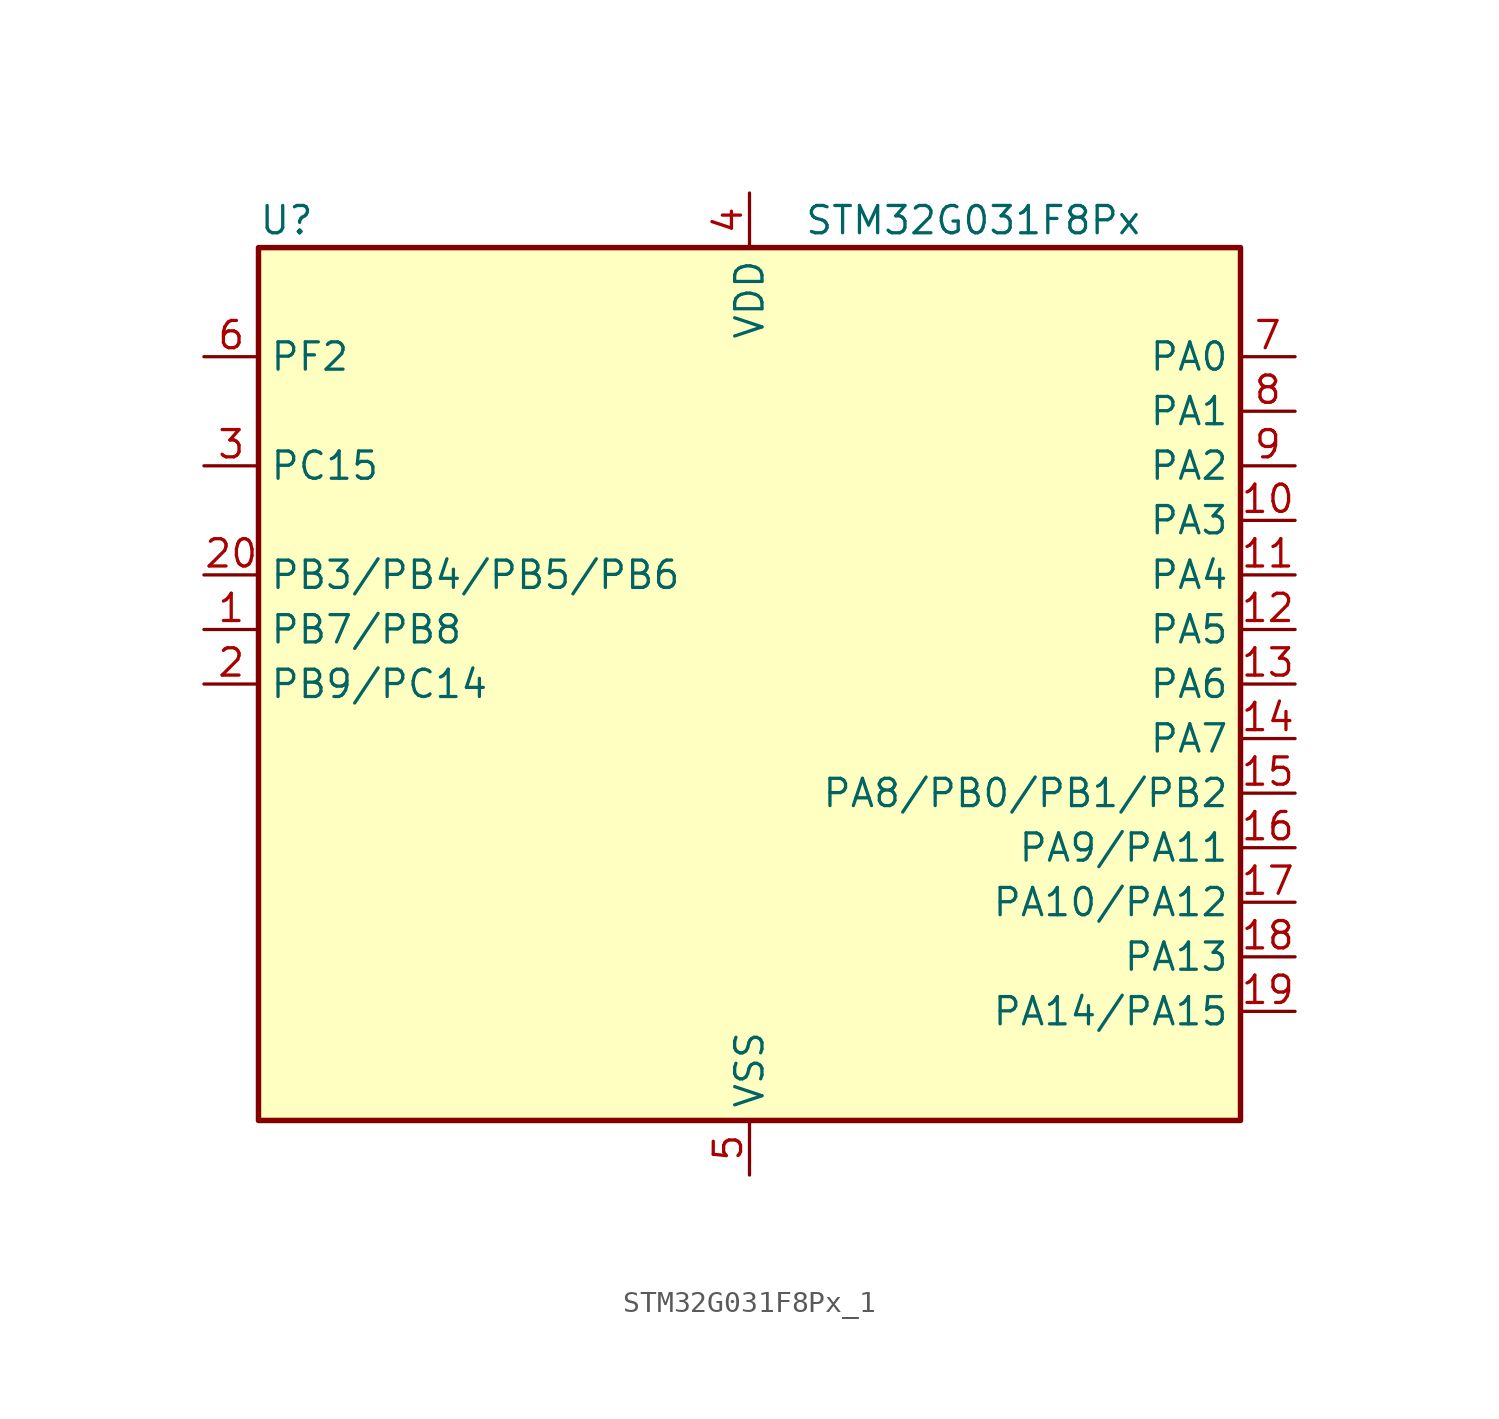
<source format=kicad_sym>
(kicad_symbol_lib
  (version 20231120)
  (generator "kicad_symbol_editor")
  (generator_version "8.0")
  (symbol "STM32G031F8Px_1"
    (property "Reference" "U"
      (at -22.86 21.59 0)
      (effects (font (size 1.27 1.27)) (justify left)))
    (property "Value" "STM32G031F8Px"
      (at 2.54 21.59 0)
      (effects (font (size 1.27 1.27)) (justify left)))
    (symbol "STM32G031F8Px_1_0_1"
      (rectangle (start -22.86 -20.32) (end 22.86 20.32) (stroke (width 0.254) (type default)) (fill (type background))))
    (symbol "STM32G031F8Px_1_1_1"
      (pin bidirectional line (at -25.4 2.54 0) (length 2.54) (name "PB7/PB8" (effects (font (size 1.27 1.27)))) (number "1" (effects (font (size 1.27 1.27)))) (alternate "ADC1_IN11 (PB7)" bidirectional line) (alternate "I2C1_SCL (PB8)" bidirectional line) (alternate "I2C1_SDA (PB7)" bidirectional line) (alternate "LPTIM1_IN2 (PB7)" bidirectional line) (alternate "PB7" bidirectional line) (alternate "PB8" bidirectional line) (alternate "SPI2_MOSI (PB7)" bidirectional line) (alternate "SPI2_SCK (PB8)" bidirectional line) (alternate "SYS_PVD_IN (PB7)" bidirectional line) (alternate "TIM16_CH1 (PB8)" bidirectional line) (alternate "TIM17_CH1N (PB7)" bidirectional line) (alternate "USART1_RX (PB7)" bidirectional line))
      (pin bidirectional line (at 25.4 7.62 180) (length 2.54) (name "PA3" (effects (font (size 1.27 1.27)))) (number "10" (effects (font (size 1.27 1.27)))) (alternate "ADC1_IN3" bidirectional line) (alternate "LPUART1_RX" bidirectional line) (alternate "SPI2_MISO" bidirectional line) (alternate "TIM2_CH4" bidirectional line) (alternate "USART2_RX" bidirectional line))
      (pin bidirectional line (at 25.4 5.08 180) (length 2.54) (name "PA4" (effects (font (size 1.27 1.27)))) (number "11" (effects (font (size 1.27 1.27)))) (alternate "ADC1_IN4" bidirectional line) (alternate "I2S1_WS" bidirectional line) (alternate "LPTIM2_OUT" bidirectional line) (alternate "RTC_OUT_ALARM" bidirectional line) (alternate "RTC_OUT_CALIB" bidirectional line) (alternate "RTC_TAMP_IN1" bidirectional line) (alternate "RTC_TS" bidirectional line) (alternate "SPI1_NSS" bidirectional line) (alternate "SPI2_MOSI" bidirectional line) (alternate "SYS_WKUP2" bidirectional line) (alternate "TIM14_CH1" bidirectional line))
      (pin bidirectional line (at 25.4 2.54 180) (length 2.54) (name "PA5" (effects (font (size 1.27 1.27)))) (number "12" (effects (font (size 1.27 1.27)))) (alternate "ADC1_IN5" bidirectional line) (alternate "I2S1_CK" bidirectional line) (alternate "LPTIM2_ETR" bidirectional line) (alternate "SPI1_SCK" bidirectional line) (alternate "TIM2_CH1" bidirectional line) (alternate "TIM2_ETR" bidirectional line))
      (pin bidirectional line (at 25.4 0 180) (length 2.54) (name "PA6" (effects (font (size 1.27 1.27)))) (number "13" (effects (font (size 1.27 1.27)))) (alternate "ADC1_IN6" bidirectional line) (alternate "I2S1_MCK" bidirectional line) (alternate "LPUART1_CTS" bidirectional line) (alternate "SPI1_MISO" bidirectional line) (alternate "TIM16_CH1" bidirectional line) (alternate "TIM1_BK" bidirectional line) (alternate "TIM3_CH1" bidirectional line))
      (pin bidirectional line (at 25.4 -2.54 180) (length 2.54) (name "PA7" (effects (font (size 1.27 1.27)))) (number "14" (effects (font (size 1.27 1.27)))) (alternate "ADC1_IN7" bidirectional line) (alternate "I2S1_SD" bidirectional line) (alternate "SPI1_MOSI" bidirectional line) (alternate "TIM14_CH1" bidirectional line) (alternate "TIM17_CH1" bidirectional line) (alternate "TIM1_CH1N" bidirectional line) (alternate "TIM3_CH2" bidirectional line))
      (pin bidirectional line (at 25.4 -5.08 180) (length 2.54) (name "PA8/PB0/PB1/PB2" (effects (font (size 1.27 1.27)))) (number "15" (effects (font (size 1.27 1.27)))) (alternate "ADC1_IN10 (PB2)" bidirectional line) (alternate "ADC1_IN8 (PB0)" bidirectional line) (alternate "ADC1_IN9 (PB1)" bidirectional line) (alternate "I2S1_WS (PB0)" bidirectional line) (alternate "LPTIM1_OUT (PB0)" bidirectional line) (alternate "LPTIM1_OUT (PB2)" bidirectional line) (alternate "LPTIM2_IN1 (PB1)" bidirectional line) (alternate "LPTIM2_OUT (PA8)" bidirectional line) (alternate "LPUART1_DE (PB1)" bidirectional line) (alternate "LPUART1_RTS (PB1)" bidirectional line) (alternate "PA8" bidirectional line) (alternate "PB0" bidirectional line) (alternate "PB1" bidirectional line) (alternate "PB2" bidirectional line) (alternate "RCC_MCO (PA8)" bidirectional line) (alternate "SPI1_NSS (PB0)" bidirectional line) (alternate "SPI2_MISO (PB2)" bidirectional line) (alternate "SPI2_NSS (PA8)" bidirectional line) (alternate "TIM14_CH1 (PB1)" bidirectional line) (alternate "TIM1_CH1 (PA8)" bidirectional line) (alternate "TIM1_CH2N (PB0)" bidirectional line) (alternate "TIM1_CH3N (PB1)" bidirectional line) (alternate "TIM3_CH3 (PB0)" bidirectional line) (alternate "TIM3_CH4 (PB1)" bidirectional line))
      (pin bidirectional line (at 25.4 -7.62 180) (length 2.54) (name "PA9/PA11" (effects (font (size 1.27 1.27)))) (number "16" (effects (font (size 1.27 1.27)))) (alternate "ADC1_EXTI11 (PA11)" bidirectional line) (alternate "ADC1_IN15 (PA11)" bidirectional line) (alternate "I2C1_SCL (PA9)" bidirectional line) (alternate "I2C2_SCL (PA11)" bidirectional line) (alternate "I2S1_MCK (PA11)" bidirectional line) (alternate "PA11" bidirectional line) (alternate "PA9" bidirectional line) (alternate "RCC_MCO (PA9)" bidirectional line) (alternate "SPI1_MISO (PA11)" bidirectional line) (alternate "SPI2_MISO (PA9)" bidirectional line) (alternate "TIM1_BK2 (PA11)" bidirectional line) (alternate "TIM1_CH2 (PA9)" bidirectional line) (alternate "TIM1_CH4 (PA11)" bidirectional line) (alternate "USART1_CTS (PA11)" bidirectional line) (alternate "USART1_NSS (PA11)" bidirectional line) (alternate "USART1_TX (PA9)" bidirectional line))
      (pin bidirectional line (at 25.4 -10.16 180) (length 2.54) (name "PA10/PA12" (effects (font (size 1.27 1.27)))) (number "17" (effects (font (size 1.27 1.27)))) (alternate "ADC1_IN16 (PA12)" bidirectional line) (alternate "I2C1_SDA (PA10)" bidirectional line) (alternate "I2C2_SDA (PA12)" bidirectional line) (alternate "I2S1_SD (PA12)" bidirectional line) (alternate "I2S_CKIN (PA12)" bidirectional line) (alternate "PA10" bidirectional line) (alternate "PA12" bidirectional line) (alternate "SPI1_MOSI (PA12)" bidirectional line) (alternate "SPI2_MOSI (PA10)" bidirectional line) (alternate "TIM17_BK (PA10)" bidirectional line) (alternate "TIM1_CH3 (PA10)" bidirectional line) (alternate "TIM1_ETR (PA12)" bidirectional line) (alternate "USART1_CK (PA12)" bidirectional line) (alternate "USART1_DE (PA12)" bidirectional line) (alternate "USART1_RTS (PA12)" bidirectional line) (alternate "USART1_RX (PA10)" bidirectional line))
      (pin bidirectional line (at 25.4 -12.7 180) (length 2.54) (name "PA13" (effects (font (size 1.27 1.27)))) (number "18" (effects (font (size 1.27 1.27)))) (alternate "ADC1_IN17" bidirectional line) (alternate "IR_OUT" bidirectional line) (alternate "SYS_SWDIO" bidirectional line))
      (pin bidirectional line (at 25.4 -15.24 180) (length 2.54) (name "PA14/PA15" (effects (font (size 1.27 1.27)))) (number "19" (effects (font (size 1.27 1.27)))) (alternate "ADC1_IN18 (PA14)" bidirectional line) (alternate "I2S1_WS (PA15)" bidirectional line) (alternate "PA14" bidirectional line) (alternate "PA15" bidirectional line) (alternate "SPI1_NSS (PA15)" bidirectional line) (alternate "SYS_SWCLK (PA14)" bidirectional line) (alternate "TIM2_CH1 (PA15)" bidirectional line) (alternate "TIM2_ETR (PA15)" bidirectional line) (alternate "USART2_RX (PA15)" bidirectional line) (alternate "USART2_TX (PA14)" bidirectional line))
      (pin bidirectional line (at -25.4 0 0) (length 2.54) (name "PB9/PC14" (effects (font (size 1.27 1.27)))) (number "2" (effects (font (size 1.27 1.27)))) (alternate "I2C1_SDA (PB9)" bidirectional line) (alternate "IR_OUT (PB9)" bidirectional line) (alternate "PB9" bidirectional line) (alternate "PC14" bidirectional line) (alternate "RCC_OSC32_IN (PC14)" bidirectional line) (alternate "RCC_OSC_IN (PC14)" bidirectional line) (alternate "SPI2_NSS (PB9)" bidirectional line) (alternate "TIM17_CH1 (PB9)" bidirectional line) (alternate "TIM1_BK2 (PC14)" bidirectional line))
      (pin bidirectional line (at -25.4 5.08 0) (length 2.54) (name "PB3/PB4/PB5/PB6" (effects (font (size 1.27 1.27)))) (number "20" (effects (font (size 1.27 1.27)))) (alternate "I2C1_SCL (PB6)" bidirectional line) (alternate "I2C1_SMBA (PB5)" bidirectional line) (alternate "I2S1_CK (PB3)" bidirectional line) (alternate "I2S1_MCK (PB4)" bidirectional line) (alternate "I2S1_SD (PB5)" bidirectional line) (alternate "LPTIM1_ETR (PB6)" bidirectional line) (alternate "LPTIM1_IN1 (PB5)" bidirectional line) (alternate "PB3" bidirectional line) (alternate "PB4" bidirectional line) (alternate "PB5" bidirectional line) (alternate "PB6" bidirectional line) (alternate "SPI1_MISO (PB4)" bidirectional line) (alternate "SPI1_MOSI (PB5)" bidirectional line) (alternate "SPI1_SCK (PB3)" bidirectional line) (alternate "SPI2_MISO (PB6)" bidirectional line) (alternate "SYS_WKUP6 (PB5)" bidirectional line) (alternate "TIM16_BK (PB5)" bidirectional line) (alternate "TIM16_CH1N (PB6)" bidirectional line) (alternate "TIM17_BK (PB4)" bidirectional line) (alternate "TIM1_CH2 (PB3)" bidirectional line) (alternate "TIM1_CH3 (PB6)" bidirectional line) (alternate "TIM2_CH2 (PB3)" bidirectional line) (alternate "TIM3_CH1 (PB4)" bidirectional line) (alternate "TIM3_CH2 (PB5)" bidirectional line) (alternate "USART1_CK (PB3)" bidirectional line) (alternate "USART1_CTS (PB4)" bidirectional line) (alternate "USART1_DE (PB3)" bidirectional line) (alternate "USART1_NSS (PB4)" bidirectional line) (alternate "USART1_RTS (PB3)" bidirectional line) (alternate "USART1_TX (PB6)" bidirectional line))
      (pin bidirectional line (at -25.4 10.16 0) (length 2.54) (name "PC15" (effects (font (size 1.27 1.27)))) (number "3" (effects (font (size 1.27 1.27)))) (alternate "RCC_OSC32_EN" bidirectional line) (alternate "RCC_OSC32_OUT" bidirectional line) (alternate "RCC_OSC_EN" bidirectional line))
      (pin power_in line (at 0 22.86 270) (length 2.54) (name "VDD" (effects (font (size 1.27 1.27)))) (number "4" (effects (font (size 1.27 1.27)))))
      (pin power_in line (at 0 -22.86 90) (length 2.54) (name "VSS" (effects (font (size 1.27 1.27)))) (number "5" (effects (font (size 1.27 1.27)))))
      (pin bidirectional line (at -25.4 15.24 0) (length 2.54) (name "PF2" (effects (font (size 1.27 1.27)))) (number "6" (effects (font (size 1.27 1.27)))) (alternate "RCC_MCO" bidirectional line))
      (pin bidirectional line (at 25.4 15.24 180) (length 2.54) (name "PA0" (effects (font (size 1.27 1.27)))) (number "7" (effects (font (size 1.27 1.27)))) (alternate "ADC1_IN0" bidirectional line) (alternate "LPTIM1_OUT" bidirectional line) (alternate "RTC_TAMP_IN2" bidirectional line) (alternate "SPI2_SCK" bidirectional line) (alternate "SYS_WKUP1" bidirectional line) (alternate "TIM2_CH1" bidirectional line) (alternate "TIM2_ETR" bidirectional line) (alternate "USART2_CTS" bidirectional line) (alternate "USART2_NSS" bidirectional line))
      (pin bidirectional line (at 25.4 12.7 180) (length 2.54) (name "PA1" (effects (font (size 1.27 1.27)))) (number "8" (effects (font (size 1.27 1.27)))) (alternate "ADC1_IN1" bidirectional line) (alternate "I2C1_SMBA" bidirectional line) (alternate "I2S1_CK" bidirectional line) (alternate "SPI1_SCK" bidirectional line) (alternate "TIM2_CH2" bidirectional line) (alternate "USART2_CK" bidirectional line) (alternate "USART2_DE" bidirectional line) (alternate "USART2_RTS" bidirectional line))
      (pin bidirectional line (at 25.4 10.16 180) (length 2.54) (name "PA2" (effects (font (size 1.27 1.27)))) (number "9" (effects (font (size 1.27 1.27)))) (alternate "ADC1_IN2" bidirectional line) (alternate "I2S1_SD" bidirectional line) (alternate "LPUART1_TX" bidirectional line) (alternate "RCC_LSCO" bidirectional line) (alternate "SPI1_MOSI" bidirectional line) (alternate "SYS_WKUP4" bidirectional line) (alternate "TIM2_CH3" bidirectional line) (alternate "USART2_TX" bidirectional line)))))
</source>
